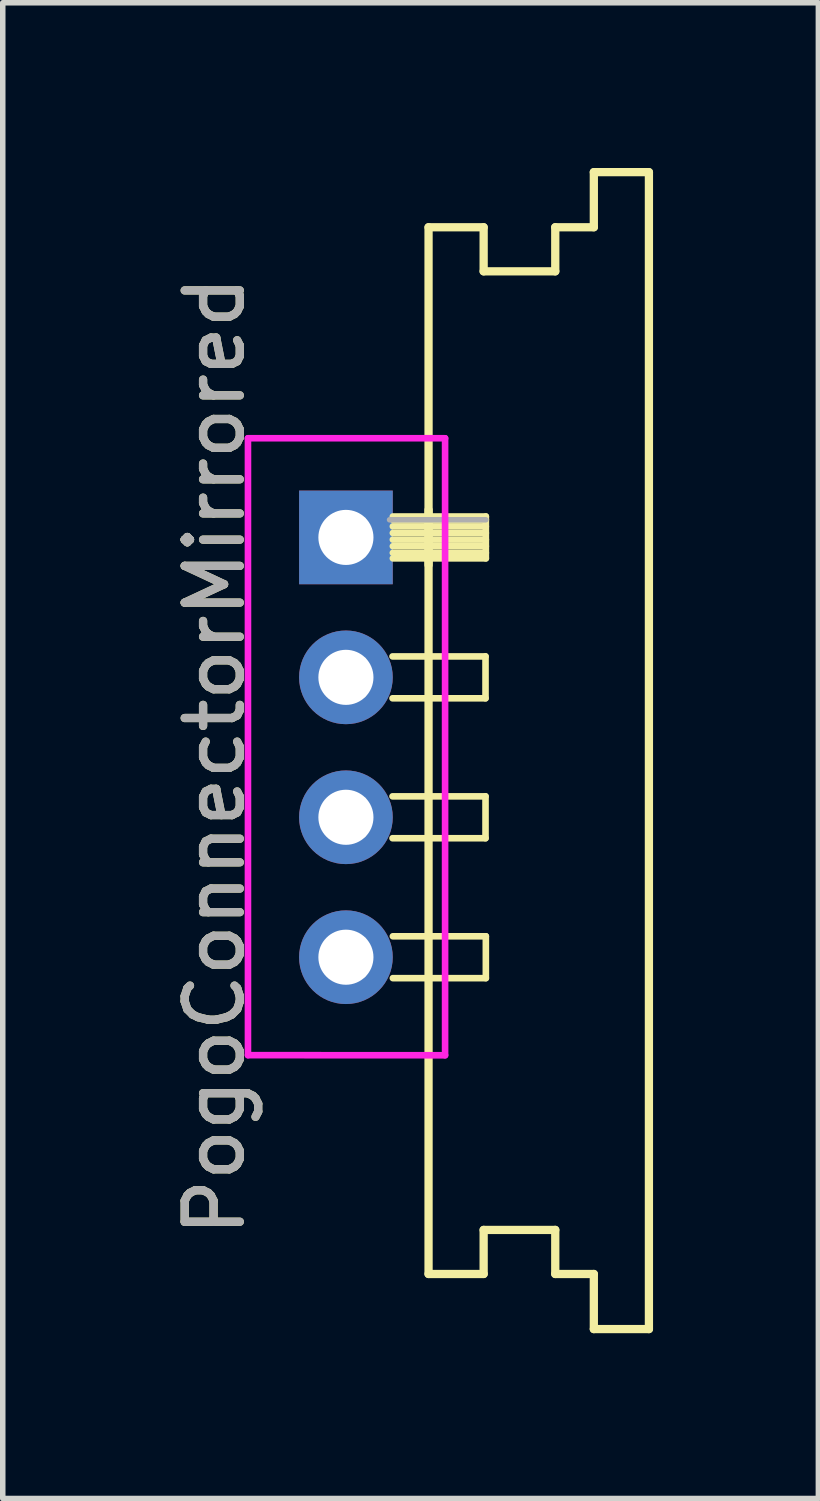
<source format=kicad_pcb>
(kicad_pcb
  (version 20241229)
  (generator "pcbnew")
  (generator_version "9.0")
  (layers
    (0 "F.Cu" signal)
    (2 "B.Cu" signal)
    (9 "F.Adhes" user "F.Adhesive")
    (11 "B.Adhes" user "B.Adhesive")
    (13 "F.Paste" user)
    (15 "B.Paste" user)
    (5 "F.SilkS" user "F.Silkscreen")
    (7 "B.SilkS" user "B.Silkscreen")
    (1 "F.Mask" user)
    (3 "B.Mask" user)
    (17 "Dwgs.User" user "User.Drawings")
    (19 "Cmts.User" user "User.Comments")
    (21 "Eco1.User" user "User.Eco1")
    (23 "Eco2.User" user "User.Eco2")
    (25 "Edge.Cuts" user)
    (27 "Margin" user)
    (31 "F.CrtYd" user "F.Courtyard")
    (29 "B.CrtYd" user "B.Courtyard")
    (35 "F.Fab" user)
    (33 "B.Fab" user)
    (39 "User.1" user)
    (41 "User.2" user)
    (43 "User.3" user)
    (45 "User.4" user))
  (footprint "PogoConnectorMirrored"
    (layer "F.Cu")
    (at 3.229 6.705)
    (property "Reference" "PogoConnectorMirrored" (at -2.381 3.969 90) (layer "F.SilkS") (effects (font (size 1 1) (thickness 0.15))))
    (attr through_hole)
    (fp_line (start 0.846 2.16) (end 2.534 2.16) (stroke (width 0.12) (type solid)) (layer "F.SilkS"))
    (fp_line (start 0.846 4.7) (end 2.534 4.7) (stroke (width 0.12) (type solid)) (layer "F.SilkS"))
    (fp_line (start 0.852 -0.38) (end 2.54 -0.38) (stroke (width 0.12) (type solid)) (layer "F.SilkS"))
    (fp_line (start 0.852 -0.32) (end 2.54 -0.32) (stroke (width 0.12) (type solid)) (layer "F.SilkS"))
    (fp_line (start 0.852 -0.2) (end 2.54 -0.2) (stroke (width 0.12) (type solid)) (layer "F.SilkS"))
    (fp_line (start 0.852 -0.08) (end 2.54 -0.08) (stroke (width 0.12) (type solid)) (layer "F.SilkS"))
    (fp_line (start 0.852 0.04) (end 2.54 0.04) (stroke (width 0.12) (type solid)) (layer "F.SilkS"))
    (fp_line (start 0.852 0.16) (end 2.54 0.16) (stroke (width 0.12) (type solid)) (layer "F.SilkS"))
    (fp_line (start 0.852 0.28) (end 2.54 0.28) (stroke (width 0.12) (type solid)) (layer "F.SilkS"))
    (fp_line (start 0.852 7.24) (end 2.54 7.24) (stroke (width 0.12) (type solid)) (layer "F.SilkS"))
    (fp_line (start 1.5 -5.63) (end 1.5 13.37) (stroke (width 0.15) (type solid)) (layer "F.SilkS"))
    (fp_line (start 1.5 0.5) (end 1.5 -0.5) (stroke (width 0.15) (type solid)) (layer "F.SilkS"))
    (fp_line (start 2.5 -5.63) (end 1.5 -5.63) (stroke (width 0.15) (type solid)) (layer "F.SilkS"))
    (fp_line (start 2.5 -4.83) (end 2.5 -5.63) (stroke (width 0.15) (type solid)) (layer "F.SilkS"))
    (fp_line (start 2.5 12.57) (end 2.5 13.37) (stroke (width 0.15) (type solid)) (layer "F.SilkS"))
    (fp_line (start 2.5 13.37) (end 1.5 13.37) (stroke (width 0.15) (type solid)) (layer "F.SilkS"))
    (fp_line (start 2.534 2.16) (end 2.534 2.92) (stroke (width 0.12) (type solid)) (layer "F.SilkS"))
    (fp_line (start 2.534 2.92) (end 0.846 2.92) (stroke (width 0.12) (type solid)) (layer "F.SilkS"))
    (fp_line (start 2.534 4.7) (end 2.534 5.46) (stroke (width 0.12) (type solid)) (layer "F.SilkS"))
    (fp_line (start 2.534 5.46) (end 0.846 5.46) (stroke (width 0.12) (type solid)) (layer "F.SilkS"))
    (fp_line (start 2.54 -0.38) (end 2.54 0.38) (stroke (width 0.12) (type solid)) (layer "F.SilkS"))
    (fp_line (start 2.54 0.38) (end 0.852 0.38) (stroke (width 0.12) (type solid)) (layer "F.SilkS"))
    (fp_line (start 2.54 7.24) (end 2.54 8) (stroke (width 0.12) (type solid)) (layer "F.SilkS"))
    (fp_line (start 2.54 8) (end 0.852 8) (stroke (width 0.12) (type solid)) (layer "F.SilkS"))
    (fp_line (start 3.8 -5.63) (end 3.8 -4.83) (stroke (width 0.15) (type solid)) (layer "F.SilkS"))
    (fp_line (start 3.8 -4.83) (end 2.5 -4.83) (stroke (width 0.15) (type solid)) (layer "F.SilkS"))
    (fp_line (start 3.8 12.57) (end 2.5 12.57) (stroke (width 0.15) (type solid)) (layer "F.SilkS"))
    (fp_line (start 3.8 13.37) (end 3.8 12.57) (stroke (width 0.15) (type solid)) (layer "F.SilkS"))
    (fp_line (start 4.5 -6.63) (end 4.5 -5.63) (stroke (width 0.15) (type solid)) (layer "F.SilkS"))
    (fp_line (start 4.5 -5.63) (end 3.8 -5.63) (stroke (width 0.15) (type solid)) (layer "F.SilkS"))
    (fp_line (start 4.5 13.37) (end 3.8 13.37) (stroke (width 0.15) (type solid)) (layer "F.SilkS"))
    (fp_line (start 4.5 14.37) (end 4.5 13.37) (stroke (width 0.15) (type solid)) (layer "F.SilkS"))
    (fp_line (start 5.5 -6.63) (end 4.5 -6.63) (stroke (width 0.15) (type solid)) (layer "F.SilkS"))
    (fp_line (start 5.5 -6.63) (end 5.5 14.37) (stroke (width 0.15) (type solid)) (layer "F.SilkS"))
    (fp_line (start 5.5 14.37) (end 4.5 14.37) (stroke (width 0.15) (type solid)) (layer "F.SilkS"))
    (fp_line (start -1.778 -1.8) (end -1.778 9.398) (stroke (width 0.12) (type solid)) (layer "F.CrtYd"))
    (fp_line (start -1.778 -1.8) (end 1.8 -1.8) (stroke (width 0.05) (type solid)) (layer "F.CrtYd"))
    (fp_line (start -1.778 9.398) (end 1.8 9.4) (stroke (width 0.12) (type solid)) (layer "F.CrtYd"))
    (fp_line (start -1.778 9.4) (end -1.778 -1.8) (stroke (width 0.05) (type solid)) (layer "F.CrtYd"))
    (fp_line (start 1.8 -1.8) (end -1.778 -1.8) (stroke (width 0.12) (type solid)) (layer "F.CrtYd"))
    (fp_line (start 1.8 -1.8) (end 1.8 9.4) (stroke (width 0.05) (type solid)) (layer "F.CrtYd"))
    (fp_line (start 1.8 9.4) (end -1.778 9.398) (stroke (width 0.05) (type solid)) (layer "F.CrtYd"))
    (fp_line (start 1.8 9.4) (end 1.8 -1.8) (stroke (width 0.12) (type solid)) (layer "F.CrtYd"))
    (fp_line (start 0.32 -0.32) (end 0.32 0.32) (stroke (width 0.1) (type solid)) (layer "F.Fab"))
    (fp_line (start 0.32 2.22) (end 0.32 2.86) (stroke (width 0.1) (type solid)) (layer "F.Fab"))
    (fp_line (start 0.32 4.76) (end 0.32 5.4) (stroke (width 0.1) (type solid)) (layer "F.Fab"))
    (fp_line (start 0.32 7.3) (end 0.32 7.94) (stroke (width 0.1) (type solid)) (layer "F.Fab"))
    (fp_line (start 0.792 -0.32) (end 2.54 -0.32) (stroke (width 0.1) (type solid)) (layer "F.Fab"))
    (fp_text user "${REFERENCE}" (at -2.381 3.969 90) (layer "F.Fab") (effects (font (size 1 1) (thickness 0.15))))
    (pad "1" thru_hole rect (at 0 0) (size 1.7 1.7) (drill 1) (layers "*.Cu" "*.Mask"))
    (pad "2" thru_hole oval (at 0 2.54) (size 1.7 1.7) (drill 1) (layers "*.Cu" "*.Mask"))
    (pad "3" thru_hole oval (at 0 5.08) (size 1.7 1.7) (drill 1) (layers "*.Cu" "*.Mask"))
    (pad "4" thru_hole oval (at 0 7.62) (size 1.7 1.7) (drill 1) (layers "*.Cu" "*.Mask")))
  (gr_rect
    (start -3 -3)
    (end 11.805 24.15)
    (stroke (width 0.1) (type default))
    (fill no)
    (layer "Edge.Cuts")))
</source>
